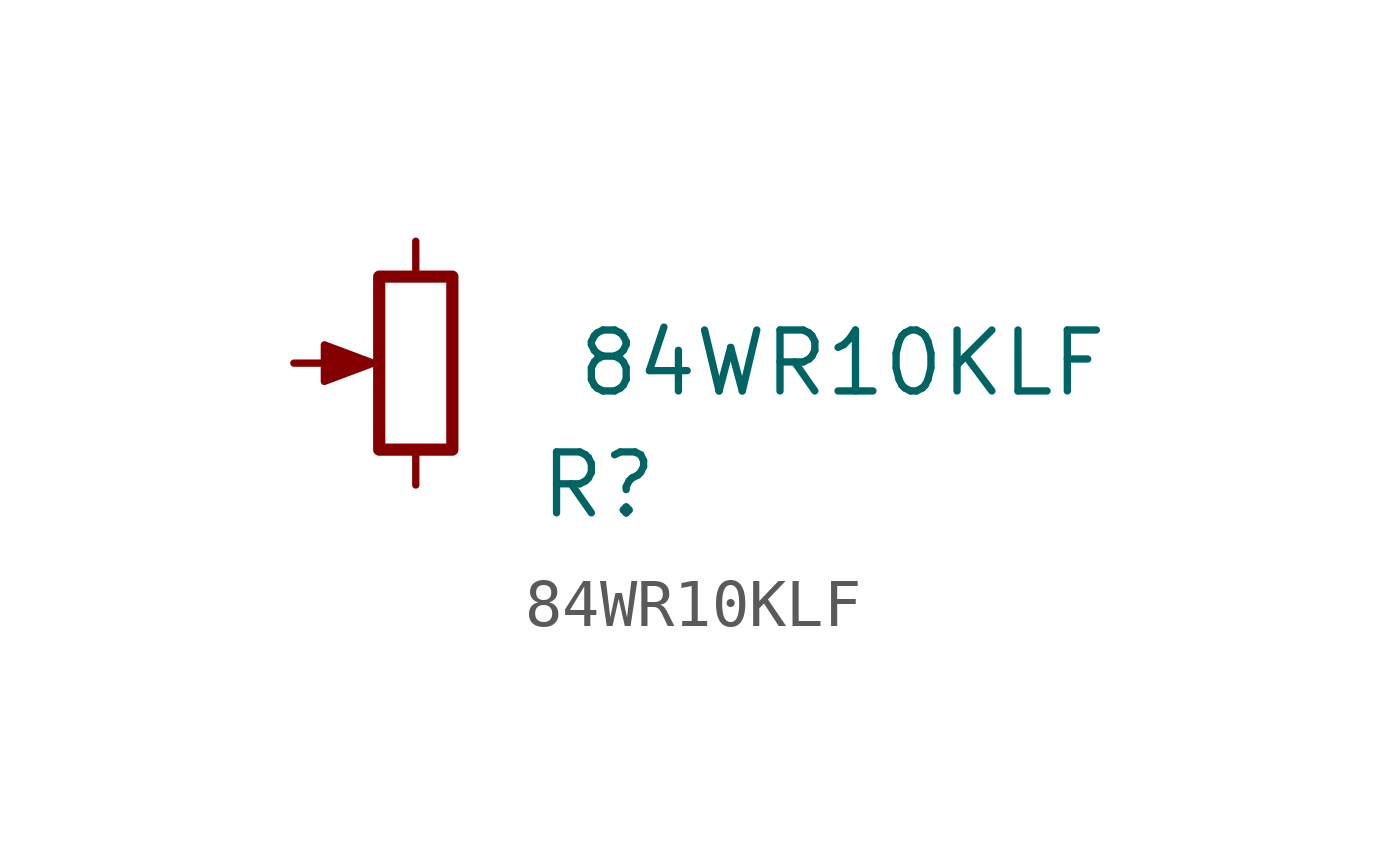
<source format=kicad_sym>
(kicad_symbol_lib
  (version 20220914)
  (generator kicad_symbol_editor)
  (symbol "84WR10KLF"
    (pin_numbers hide)
    (pin_names
      (offset 1.016) hide)
    (property "Reference" "R"
      (at 3.81 -2.54 0)
      (effects (font (size 1.27 1.27))))
    (property "Value" "84WR10KLF"
      (at 8.89 0 0)
      (effects (font (size 1.27 1.27))))
    (symbol "84WR10KLF_1_1"
      (rectangle (start -0.762 1.803) (end 0.762 -1.803) (stroke (width 0.254) (type default)) (fill (type none)))
      (polyline (pts (xy -1.143 0) (xy -0.889 0) (xy -1.905 0.381) (xy -1.905 -0.381) (xy -0.889 0) (xy -1.143 0)) (stroke (width 0) (type default)) (fill (type outline)))
      (pin passive line (at 0 2.54 270) (length 0.635) (name "1" (effects (font (size 0.635 0.635)))) (number "1" (effects (font (size 0.635 0.635)))))
      (pin passive line (at -2.54 0 0) (length 0.991) (name "2" (effects (font (size 0.635 0.635)))) (number "2" (effects (font (size 0.635 0.635)))))
      (pin passive line (at 0 -2.54 90) (length 0.635) (name "3" (effects (font (size 0.635 0.635)))) (number "3" (effects (font (size 0.635 0.635))))))))
</source>
